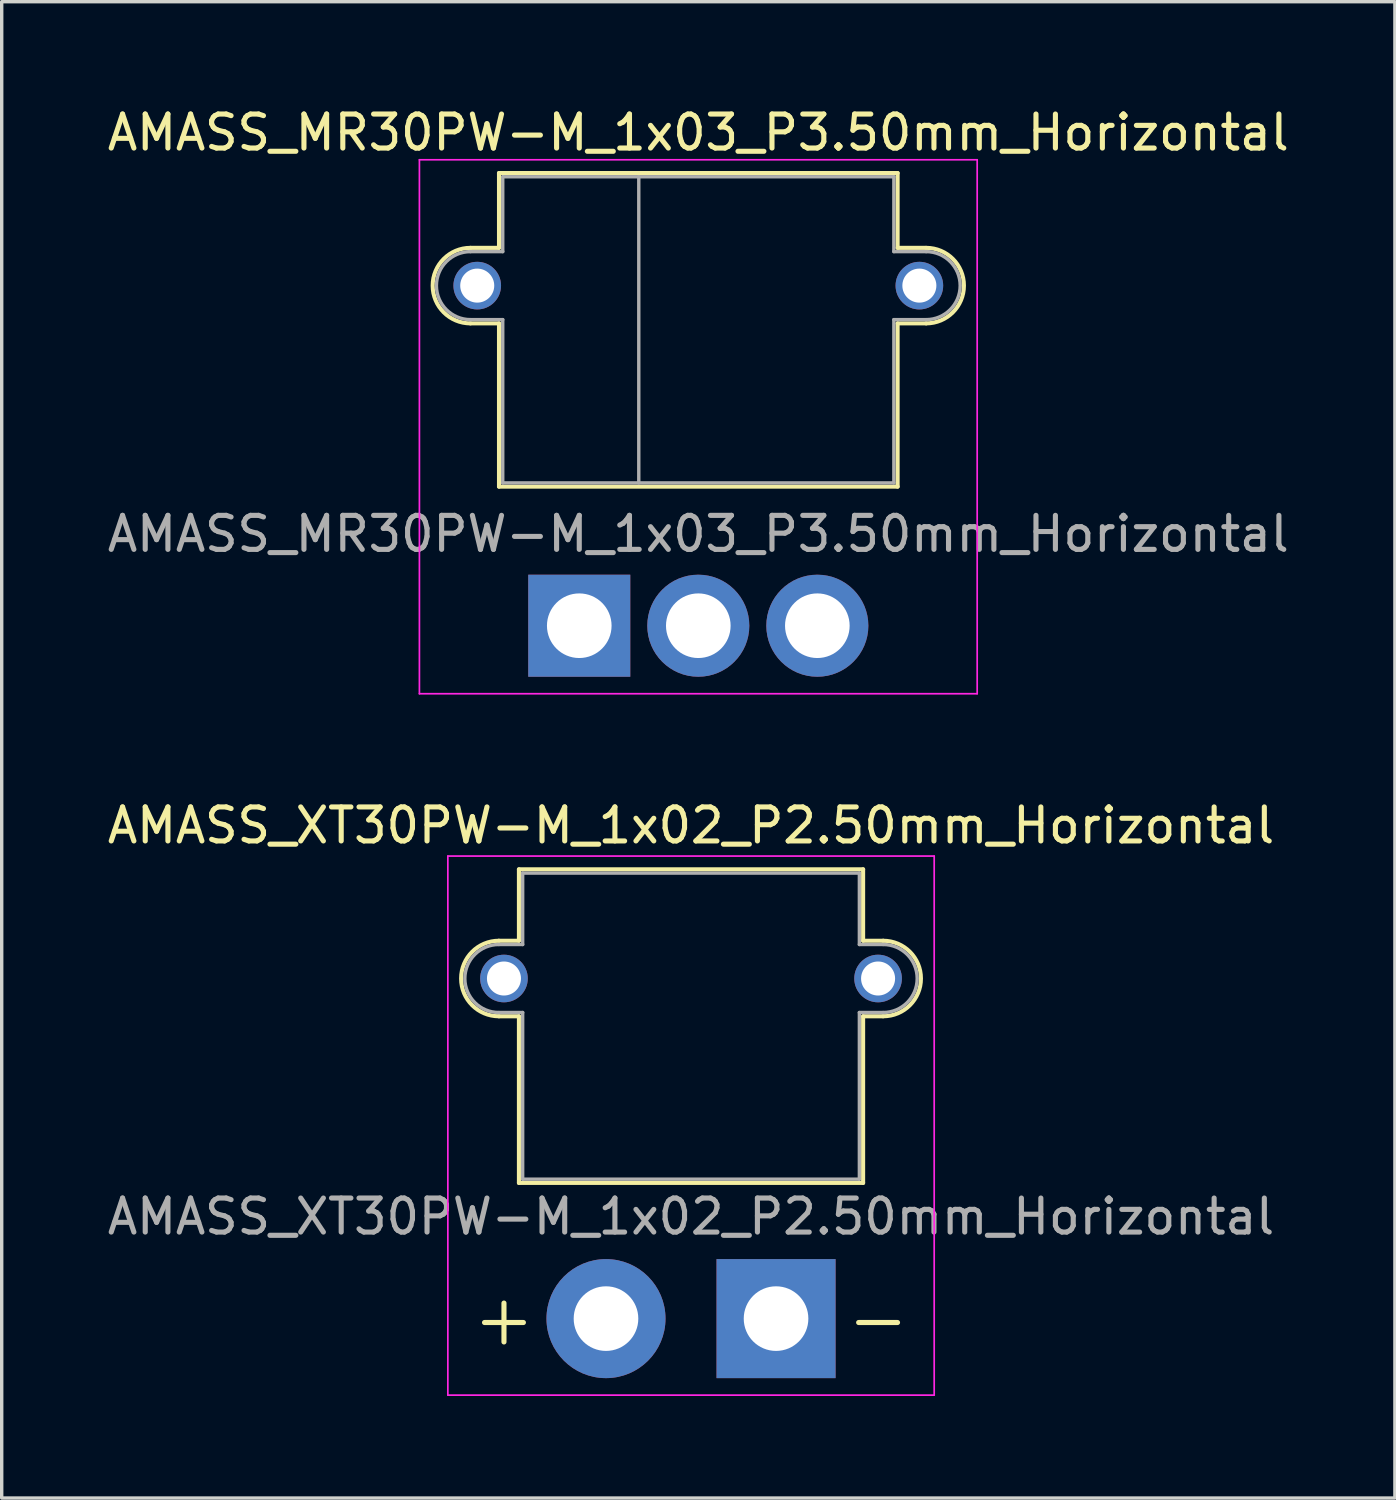
<source format=kicad_pcb>
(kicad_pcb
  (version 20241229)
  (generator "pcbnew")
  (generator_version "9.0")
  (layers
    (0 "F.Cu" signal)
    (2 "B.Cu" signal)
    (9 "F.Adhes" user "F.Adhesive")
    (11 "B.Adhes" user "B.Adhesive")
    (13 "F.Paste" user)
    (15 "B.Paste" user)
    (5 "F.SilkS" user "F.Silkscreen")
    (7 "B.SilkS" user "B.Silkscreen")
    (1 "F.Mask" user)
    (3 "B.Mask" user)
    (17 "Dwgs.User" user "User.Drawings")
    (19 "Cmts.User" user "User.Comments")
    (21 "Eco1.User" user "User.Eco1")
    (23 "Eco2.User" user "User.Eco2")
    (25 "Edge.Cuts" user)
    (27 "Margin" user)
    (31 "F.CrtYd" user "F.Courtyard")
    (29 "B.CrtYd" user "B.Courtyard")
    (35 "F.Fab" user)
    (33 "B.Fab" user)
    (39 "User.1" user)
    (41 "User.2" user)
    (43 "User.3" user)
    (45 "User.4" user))
  (footprint "AMASS_MR30PW-M_1x03_P3.50mm_Horizontal"
    (layer "F.Cu")
    (at 13.982 15.348)
    (property "Reference" "AMASS_MR30PW-M_1x03_P3.50mm_Horizontal" (at 3.5 -14.5 0) (layer "F.SilkS") (effects (font (size 1 1) (thickness 0.15))))
    (attr through_hole)
    (fp_line (start -3.2 -11.11) (end -2.36 -11.11) (stroke (width 0.12) (type solid)) (layer "F.SilkS"))
    (fp_line (start -3.2 -8.89) (end -2.36 -8.89) (stroke (width 0.12) (type solid)) (layer "F.SilkS"))
    (fp_line (start -2.36 -13.31) (end -2.36 -11.11) (stroke (width 0.12) (type solid)) (layer "F.SilkS"))
    (fp_line (start -2.36 -13.31) (end 9.36 -13.31) (stroke (width 0.12) (type solid)) (layer "F.SilkS"))
    (fp_line (start -2.36 -8.89) (end -2.36 -4.09) (stroke (width 0.12) (type solid)) (layer "F.SilkS"))
    (fp_line (start -2.36 -4.09) (end 9.36 -4.09) (stroke (width 0.12) (type solid)) (layer "F.SilkS"))
    (fp_line (start 9.36 -13.31) (end 9.36 -11.11) (stroke (width 0.12) (type solid)) (layer "F.SilkS"))
    (fp_line (start 9.36 -11.11) (end 10.2 -11.11) (stroke (width 0.12) (type solid)) (layer "F.SilkS"))
    (fp_line (start 9.36 -8.89) (end 9.36 -4.09) (stroke (width 0.12) (type solid)) (layer "F.SilkS"))
    (fp_line (start 9.36 -8.89) (end 10.2 -8.89) (stroke (width 0.12) (type solid)) (layer "F.SilkS"))
    (fp_arc (start -3.2 -8.89) (mid -4.31 -10) (end -3.2 -11.11) (stroke (width 0.12) (type solid)) (layer "F.SilkS"))
    (fp_arc (start 10.2 -11.11) (mid 11.31 -10) (end 10.2 -8.89) (stroke (width 0.12) (type solid)) (layer "F.SilkS"))
    (fp_line (start -4.7 -13.7) (end -4.7 2) (stroke (width 0.05) (type solid)) (layer "F.CrtYd"))
    (fp_line (start -4.7 -13.7) (end 11.7 -13.7) (stroke (width 0.05) (type solid)) (layer "F.CrtYd"))
    (fp_line (start -4.7 2) (end 11.7 2) (stroke (width 0.05) (type solid)) (layer "F.CrtYd"))
    (fp_line (start 11.7 -13.7) (end 11.7 2) (stroke (width 0.05) (type solid)) (layer "F.CrtYd"))
    (fp_line (start -3.2 -11) (end -2.25 -11) (stroke (width 0.1) (type solid)) (layer "F.Fab"))
    (fp_line (start -3.2 -9) (end -2.25 -9) (stroke (width 0.1) (type solid)) (layer "F.Fab"))
    (fp_line (start -2.25 -13.2) (end -2.25 -11) (stroke (width 0.1) (type solid)) (layer "F.Fab"))
    (fp_line (start -2.25 -13.2) (end 9.25 -13.2) (stroke (width 0.1) (type solid)) (layer "F.Fab"))
    (fp_line (start -2.25 -9) (end -2.25 -4.2) (stroke (width 0.1) (type solid)) (layer "F.Fab"))
    (fp_line (start -2.25 -4.2) (end 9.25 -4.2) (stroke (width 0.1) (type solid)) (layer "F.Fab"))
    (fp_line (start 1.75 -13.2) (end 1.75 -4.2) (stroke (width 0.1) (type solid)) (layer "F.Fab"))
    (fp_line (start 9.25 -13.2) (end 9.25 -11) (stroke (width 0.1) (type solid)) (layer "F.Fab"))
    (fp_line (start 9.25 -11) (end 10.2 -11) (stroke (width 0.1) (type solid)) (layer "F.Fab"))
    (fp_line (start 9.25 -9) (end 9.25 -4.2) (stroke (width 0.1) (type solid)) (layer "F.Fab"))
    (fp_line (start 9.25 -9) (end 10.2 -9) (stroke (width 0.1) (type solid)) (layer "F.Fab"))
    (fp_arc (start -3.2 -9) (mid -4.2 -10) (end -3.2 -11) (stroke (width 0.1) (type solid)) (layer "F.Fab"))
    (fp_arc (start 10.2 -11) (mid 11.2 -10) (end 10.2 -9) (stroke (width 0.1) (type solid)) (layer "F.Fab"))
    (fp_text user "${REFERENCE}" (at 3.5 -2.7 0) (layer "F.Fab") (effects (font (size 1 1) (thickness 0.15))))
    (pad "" thru_hole circle (at -3 -10) (size 1.4 1.4) (drill 1) (layers "*.Cu" "*.Mask"))
    (pad "" thru_hole circle (at 10 -10) (size 1.4 1.4) (drill 1) (layers "*.Cu" "*.Mask"))
    (pad "1" thru_hole rect (at 0 0) (size 3 3) (drill 1.9) (layers "*.Cu" "*.Mask"))
    (pad "2" thru_hole circle (at 3.5 0) (size 3 3) (drill 1.9) (layers "*.Cu" "*.Mask"))
    (pad "3" thru_hole circle (at 7 0) (size 3 3) (drill 1.9) (layers "*.Cu" "*.Mask")))
  (footprint "AMASS_XT30PW-M_1x02_P2.50mm_Horizontal"
    (layer "F.Cu")
    (at 19.768 35.721)
    (property "Reference" "AMASS_XT30PW-M_1x02_P2.50mm_Horizontal" (at -2.5 -14.5 0) (layer "F.SilkS") (effects (font (size 1 1) (thickness 0.15))))
    (attr through_hole)
    (fp_line (start -8.15 -11.11) (end -7.56 -11.11) (stroke (width 0.12) (type solid)) (layer "F.SilkS"))
    (fp_line (start -8.15 -8.89) (end -7.56 -8.89) (stroke (width 0.12) (type solid)) (layer "F.SilkS"))
    (fp_line (start -7.56 -13.21) (end -7.56 -11.11) (stroke (width 0.12) (type solid)) (layer "F.SilkS"))
    (fp_line (start -7.56 -13.21) (end 2.56 -13.21) (stroke (width 0.12) (type solid)) (layer "F.SilkS"))
    (fp_line (start -7.56 -8.89) (end -7.56 -3.99) (stroke (width 0.12) (type solid)) (layer "F.SilkS"))
    (fp_line (start -7.56 -3.99) (end 2.56 -3.99) (stroke (width 0.12) (type solid)) (layer "F.SilkS"))
    (fp_line (start 2.56 -13.21) (end 2.56 -11.11) (stroke (width 0.12) (type solid)) (layer "F.SilkS"))
    (fp_line (start 2.56 -11.11) (end 3.15 -11.11) (stroke (width 0.12) (type solid)) (layer "F.SilkS"))
    (fp_line (start 2.56 -8.89) (end 2.56 -3.99) (stroke (width 0.12) (type solid)) (layer "F.SilkS"))
    (fp_line (start 2.56 -8.89) (end 3.15 -8.89) (stroke (width 0.12) (type solid)) (layer "F.SilkS"))
    (fp_arc (start -8.15 -8.89) (mid -9.26 -10) (end -8.15 -11.11) (stroke (width 0.12) (type solid)) (layer "F.SilkS"))
    (fp_arc (start 3.15 -11.11) (mid 4.26 -10) (end 3.15 -8.89) (stroke (width 0.12) (type solid)) (layer "F.SilkS"))
    (fp_line (start -9.65 -13.6) (end -9.65 2.25) (stroke (width 0.05) (type solid)) (layer "F.CrtYd"))
    (fp_line (start -9.65 -13.6) (end 4.65 -13.6) (stroke (width 0.05) (type solid)) (layer "F.CrtYd"))
    (fp_line (start -9.65 2.25) (end 4.65 2.25) (stroke (width 0.05) (type solid)) (layer "F.CrtYd"))
    (fp_line (start 4.65 -13.6) (end 4.65 2.25) (stroke (width 0.05) (type solid)) (layer "F.CrtYd"))
    (fp_line (start -8.15 -11) (end -7.45 -11) (stroke (width 0.1) (type solid)) (layer "F.Fab"))
    (fp_line (start -8.15 -9) (end -7.45 -9) (stroke (width 0.1) (type solid)) (layer "F.Fab"))
    (fp_line (start -7.45 -13.1) (end -7.45 -11) (stroke (width 0.1) (type solid)) (layer "F.Fab"))
    (fp_line (start -7.45 -13.1) (end 2.45 -13.1) (stroke (width 0.1) (type solid)) (layer "F.Fab"))
    (fp_line (start -7.45 -9) (end -7.45 -4.1) (stroke (width 0.1) (type solid)) (layer "F.Fab"))
    (fp_line (start -7.45 -4.1) (end 2.45 -4.1) (stroke (width 0.1) (type solid)) (layer "F.Fab"))
    (fp_line (start 2.45 -13.1) (end 2.45 -11) (stroke (width 0.1) (type solid)) (layer "F.Fab"))
    (fp_line (start 2.45 -11) (end 3.15 -11) (stroke (width 0.1) (type solid)) (layer "F.Fab"))
    (fp_line (start 2.45 -9) (end 2.45 -4.1) (stroke (width 0.1) (type solid)) (layer "F.Fab"))
    (fp_line (start 2.45 -9) (end 3.15 -9) (stroke (width 0.1) (type solid)) (layer "F.Fab"))
    (fp_arc (start -8.15 -9) (mid -9.15 -10) (end -8.15 -11) (stroke (width 0.1) (type solid)) (layer "F.Fab"))
    (fp_arc (start 3.15 -11) (mid 4.15 -10) (end 3.15 -9) (stroke (width 0.1) (type solid)) (layer "F.Fab"))
    (fp_text user "+" (at -8 0 0) (layer "F.SilkS") (effects (font (size 1.5 1.5) (thickness 0.15))))
    (fp_text user "-" (at 3 0 0) (layer "F.SilkS") (effects (font (size 1.5 1.5) (thickness 0.15))))
    (fp_text user "${REFERENCE}" (at -2.5 -3 0) (layer "F.Fab") (effects (font (size 1 1) (thickness 0.15))))
    (pad "" thru_hole circle (at -8 -10) (size 1.4 1.4) (drill 1) (layers "*.Cu" "*.Mask"))
    (pad "" thru_hole circle (at 3 -10) (size 1.4 1.4) (drill 1) (layers "*.Cu" "*.Mask"))
    (pad "1" thru_hole rect (at 0 0) (size 3.5 3.5) (drill 1.9) (layers "*.Cu" "*.Mask"))
    (pad "2" thru_hole circle (at -5 0) (size 3.5 3.5) (drill 1.9) (layers "*.Cu" "*.Mask")))
  (gr_rect
    (start -3 -3)
    (end 37.964 40.996)
    (stroke (width 0.1) (type default))
    (fill no)
    (layer "Edge.Cuts")))
</source>
